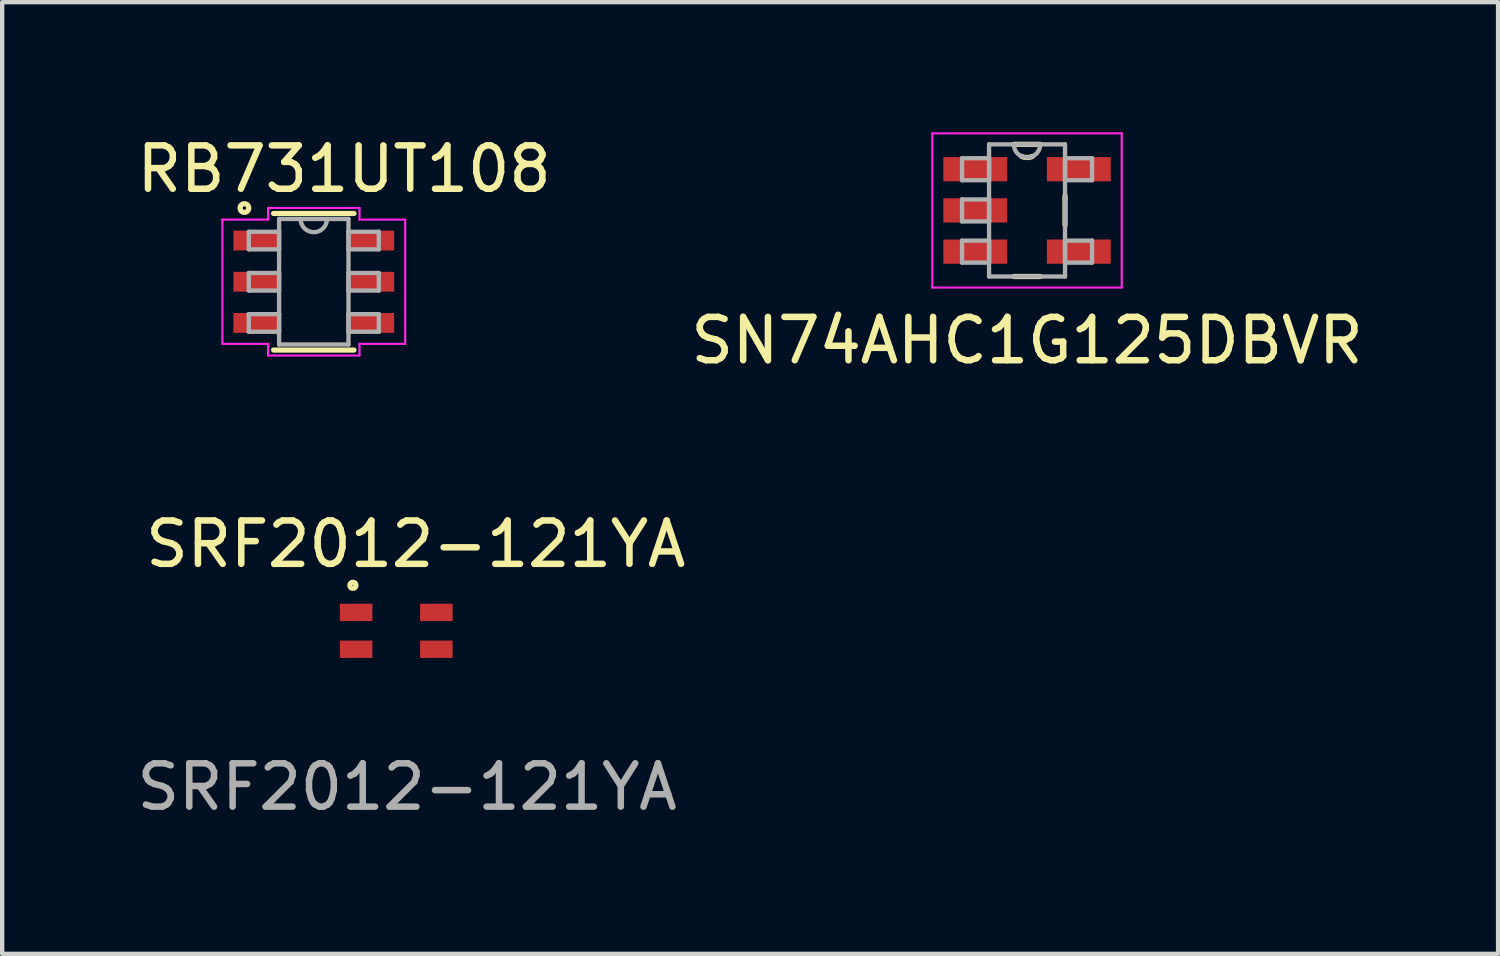
<source format=kicad_pcb>
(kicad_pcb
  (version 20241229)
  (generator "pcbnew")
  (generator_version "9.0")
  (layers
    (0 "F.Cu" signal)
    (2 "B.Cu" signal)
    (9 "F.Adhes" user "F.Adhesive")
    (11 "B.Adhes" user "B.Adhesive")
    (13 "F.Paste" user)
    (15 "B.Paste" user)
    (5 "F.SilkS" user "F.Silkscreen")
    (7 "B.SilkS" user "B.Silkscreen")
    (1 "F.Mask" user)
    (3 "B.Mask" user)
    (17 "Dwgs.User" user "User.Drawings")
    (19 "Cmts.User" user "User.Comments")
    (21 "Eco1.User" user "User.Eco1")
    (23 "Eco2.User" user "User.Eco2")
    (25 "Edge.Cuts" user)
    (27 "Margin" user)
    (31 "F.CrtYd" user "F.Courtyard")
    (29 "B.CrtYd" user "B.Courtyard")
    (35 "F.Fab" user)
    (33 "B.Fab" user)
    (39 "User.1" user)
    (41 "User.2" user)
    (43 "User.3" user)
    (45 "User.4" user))
  (footprint "RB731UT108"
    (layer "F.Cu")
    (at 4.187 3.448)
    (property "Reference" "RB731UT108" (at 0.7 -2.6 0) (layer "F.SilkS") (effects (font (size 1 1) (thickness 0.15))))
    (attr through_hole)
    (fp_line (start -0.927 1.575) (end 0.927 1.575) (stroke (width 0.12) (type solid)) (layer "F.SilkS"))
    (fp_line (start 0.927 -1.575) (end -0.927 -1.575) (stroke (width 0.12) (type solid)) (layer "F.SilkS"))
    (fp_circle (center -1.6 -1.7) (end -1.6 -1.8) (stroke (width 0.12) (type solid)) (fill no) (layer "F.SilkS"))
    (fp_line (start -2.108 -1.433) (end -1.054 -1.433) (stroke (width 0.05) (type solid)) (layer "F.CrtYd"))
    (fp_line (start -2.108 1.433) (end -2.108 -1.433) (stroke (width 0.05) (type solid)) (layer "F.CrtYd"))
    (fp_line (start -1.054 -1.702) (end 1.054 -1.702) (stroke (width 0.05) (type solid)) (layer "F.CrtYd"))
    (fp_line (start -1.054 -1.433) (end -1.054 -1.702) (stroke (width 0.05) (type solid)) (layer "F.CrtYd"))
    (fp_line (start -1.054 1.433) (end -2.108 1.433) (stroke (width 0.05) (type solid)) (layer "F.CrtYd"))
    (fp_line (start -1.054 1.702) (end -1.054 1.433) (stroke (width 0.05) (type solid)) (layer "F.CrtYd"))
    (fp_line (start 1.054 -1.702) (end 1.054 -1.433) (stroke (width 0.05) (type solid)) (layer "F.CrtYd"))
    (fp_line (start 1.054 -1.433) (end 2.108 -1.433) (stroke (width 0.05) (type solid)) (layer "F.CrtYd"))
    (fp_line (start 1.054 1.433) (end 1.054 1.702) (stroke (width 0.05) (type solid)) (layer "F.CrtYd"))
    (fp_line (start 1.054 1.702) (end -1.054 1.702) (stroke (width 0.05) (type solid)) (layer "F.CrtYd"))
    (fp_line (start 2.108 -1.433) (end 2.108 1.433) (stroke (width 0.05) (type solid)) (layer "F.CrtYd"))
    (fp_line (start 2.108 1.433) (end 1.054 1.433) (stroke (width 0.05) (type solid)) (layer "F.CrtYd"))
    (fp_line (start -1.499 -1.153) (end -1.499 -0.747) (stroke (width 0.1) (type solid)) (layer "F.Fab"))
    (fp_line (start -1.499 -0.747) (end -0.8 -0.747) (stroke (width 0.1) (type solid)) (layer "F.Fab"))
    (fp_line (start -1.499 -0.203) (end -1.499 0.203) (stroke (width 0.1) (type solid)) (layer "F.Fab"))
    (fp_line (start -1.499 0.203) (end -0.8 0.203) (stroke (width 0.1) (type solid)) (layer "F.Fab"))
    (fp_line (start -1.499 0.747) (end -1.499 1.153) (stroke (width 0.1) (type solid)) (layer "F.Fab"))
    (fp_line (start -1.499 1.153) (end -0.8 1.153) (stroke (width 0.1) (type solid)) (layer "F.Fab"))
    (fp_line (start -0.8 -1.448) (end -0.8 1.448) (stroke (width 0.1) (type solid)) (layer "F.Fab"))
    (fp_line (start -0.8 -1.153) (end -1.499 -1.153) (stroke (width 0.1) (type solid)) (layer "F.Fab"))
    (fp_line (start -0.8 -0.747) (end -0.8 -1.153) (stroke (width 0.1) (type solid)) (layer "F.Fab"))
    (fp_line (start -0.8 -0.203) (end -1.499 -0.203) (stroke (width 0.1) (type solid)) (layer "F.Fab"))
    (fp_line (start -0.8 0.203) (end -0.8 -0.203) (stroke (width 0.1) (type solid)) (layer "F.Fab"))
    (fp_line (start -0.8 0.747) (end -1.499 0.747) (stroke (width 0.1) (type solid)) (layer "F.Fab"))
    (fp_line (start -0.8 1.153) (end -0.8 0.747) (stroke (width 0.1) (type solid)) (layer "F.Fab"))
    (fp_line (start -0.8 1.448) (end 0.8 1.448) (stroke (width 0.1) (type solid)) (layer "F.Fab"))
    (fp_line (start 0.8 -1.448) (end -0.8 -1.448) (stroke (width 0.1) (type solid)) (layer "F.Fab"))
    (fp_line (start 0.8 -1.153) (end 0.8 -0.747) (stroke (width 0.1) (type solid)) (layer "F.Fab"))
    (fp_line (start 0.8 -0.747) (end 1.499 -0.747) (stroke (width 0.1) (type solid)) (layer "F.Fab"))
    (fp_line (start 0.8 -0.203) (end 0.8 0.203) (stroke (width 0.1) (type solid)) (layer "F.Fab"))
    (fp_line (start 0.8 0.203) (end 1.499 0.203) (stroke (width 0.1) (type solid)) (layer "F.Fab"))
    (fp_line (start 0.8 0.747) (end 0.8 1.153) (stroke (width 0.1) (type solid)) (layer "F.Fab"))
    (fp_line (start 0.8 1.153) (end 1.499 1.153) (stroke (width 0.1) (type solid)) (layer "F.Fab"))
    (fp_line (start 0.8 1.448) (end 0.8 -1.448) (stroke (width 0.1) (type solid)) (layer "F.Fab"))
    (fp_line (start 1.499 -1.153) (end 0.8 -1.153) (stroke (width 0.1) (type solid)) (layer "F.Fab"))
    (fp_line (start 1.499 -0.747) (end 1.499 -1.153) (stroke (width 0.1) (type solid)) (layer "F.Fab"))
    (fp_line (start 1.499 -0.203) (end 0.8 -0.203) (stroke (width 0.1) (type solid)) (layer "F.Fab"))
    (fp_line (start 1.499 0.203) (end 1.499 -0.203) (stroke (width 0.1) (type solid)) (layer "F.Fab"))
    (fp_line (start 1.499 0.747) (end 0.8 0.747) (stroke (width 0.1) (type solid)) (layer "F.Fab"))
    (fp_line (start 1.499 1.153) (end 1.499 0.747) (stroke (width 0.1) (type solid)) (layer "F.Fab"))
    (fp_arc (start 0.3048 -1.4478) (mid 0 -1.143) (end -0.3048 -1.4478) (stroke (width 0.1) (type solid)) (layer "F.Fab"))
    (pad "1" smd rect (at -1.327 -0.95) (size 1.054 0.457) (layers "F.Cu" "F.Mask" "F.Paste"))
    (pad "2" smd rect (at -1.327 0) (size 1.054 0.457) (layers "F.Cu" "F.Mask" "F.Paste"))
    (pad "3" smd rect (at -1.327 0.95) (size 1.054 0.457) (layers "F.Cu" "F.Mask" "F.Paste"))
    (pad "4" smd rect (at 1.327 0.95) (size 1.054 0.457) (layers "F.Cu" "F.Mask" "F.Paste"))
    (pad "5" smd rect (at 1.327 0) (size 1.054 0.457) (layers "F.Cu" "F.Mask" "F.Paste"))
    (pad "6" smd rect (at 1.327 -0.95) (size 1.054 0.457) (layers "F.Cu" "F.Mask" "F.Paste")))
  (footprint "SRF2012-121YA"
    (layer "F.Cu")
    (at 6.089 11.499)
    (property "Reference" "SRF2012-121YA" (at 0.45 -2 0) (unlocked yes) (layer "F.SilkS") (effects (font (size 1 1) (thickness 0.15))))
    (attr smd)
    (fp_circle (center -1 -1.05) (end -0.95 -1) (stroke (width 0.12) (type solid)) (fill no) (layer "F.SilkS"))
    (fp_text user "${REFERENCE}" (at 0.25 3.6 0) (unlocked yes) (layer "F.Fab") (effects (font (size 1 1) (thickness 0.15))))
    (pad "1" smd rect (at -0.925 -0.425) (size 0.75 0.4) (layers "F.Cu" "F.Mask" "F.Paste"))
    (pad "2" smd rect (at 0.925 -0.425) (size 0.75 0.4) (layers "F.Cu" "F.Mask" "F.Paste"))
    (pad "3" smd rect (at 0.925 0.425) (size 0.75 0.4) (layers "F.Cu" "F.Mask" "F.Paste"))
    (pad "4" smd rect (at -0.925 0.425) (size 0.75 0.4) (layers "F.Cu" "F.Mask" "F.Paste"))
    (zone (net_name "") (layer "F.SilkS") (hatch none 0.508) (connect_pads) (min_thickness 0.254) (filled_areas_thickness no) (keepout (tracks allowed) (vias allowed) (pads allowed) (copperpour allowed) (footprints not_allowed)) (placement (enabled no)) (fill) (polygon (pts (xy 7.489 12.249) (xy 4.689 12.249) (xy 4.689 10.749) (xy 7.489 10.749)))))
  (footprint "SN74AHC1G125DBVR"
    (layer "F.Cu")
    (at 20.637 1.803)
    (property "Reference" "SN74AHC1G125DBVR" (at 0 3 0) (layer "F.SilkS") (effects (font (size 1 1) (thickness 0.15))))
    (attr through_hole)
    (fp_line (start -0.303 1.524) (end 0.303 1.524) (stroke (width 0.12) (type solid)) (layer "F.SilkS"))
    (fp_line (start 0.303 -1.524) (end -0.303 -1.524) (stroke (width 0.12) (type solid)) (layer "F.SilkS"))
    (fp_line (start 0.876 0.338) (end 0.876 -0.338) (stroke (width 0.12) (type solid)) (layer "F.SilkS"))
    (fp_arc (start 0.124872 -1.245953) (mid 0 -1.2192) (end -0.124872 -1.245953) (stroke (width 0.12) (type solid)) (layer "F.SilkS"))
    (fp_line (start -2.184 -1.778) (end 2.184 -1.778) (stroke (width 0.05) (type solid)) (layer "F.CrtYd"))
    (fp_line (start -2.184 1.778) (end -2.184 -1.778) (stroke (width 0.05) (type solid)) (layer "F.CrtYd"))
    (fp_line (start 2.184 -1.778) (end 2.184 1.778) (stroke (width 0.05) (type solid)) (layer "F.CrtYd"))
    (fp_line (start 2.184 1.778) (end -2.184 1.778) (stroke (width 0.05) (type solid)) (layer "F.CrtYd"))
    (fp_line (start -1.499 -1.204) (end -1.499 -0.696) (stroke (width 0.1) (type solid)) (layer "F.Fab"))
    (fp_line (start -1.499 -0.696) (end -0.876 -0.696) (stroke (width 0.1) (type solid)) (layer "F.Fab"))
    (fp_line (start -1.499 -0.254) (end -1.499 0.254) (stroke (width 0.1) (type solid)) (layer "F.Fab"))
    (fp_line (start -1.499 0.254) (end -0.876 0.254) (stroke (width 0.1) (type solid)) (layer "F.Fab"))
    (fp_line (start -1.499 0.696) (end -1.499 1.204) (stroke (width 0.1) (type solid)) (layer "F.Fab"))
    (fp_line (start -1.499 1.204) (end -0.876 1.204) (stroke (width 0.1) (type solid)) (layer "F.Fab"))
    (fp_line (start -0.876 -1.524) (end -0.876 1.524) (stroke (width 0.1) (type solid)) (layer "F.Fab"))
    (fp_line (start -0.876 -1.204) (end -1.499 -1.204) (stroke (width 0.1) (type solid)) (layer "F.Fab"))
    (fp_line (start -0.876 -0.696) (end -0.876 -1.204) (stroke (width 0.1) (type solid)) (layer "F.Fab"))
    (fp_line (start -0.876 -0.254) (end -1.499 -0.254) (stroke (width 0.1) (type solid)) (layer "F.Fab"))
    (fp_line (start -0.876 0.254) (end -0.876 -0.254) (stroke (width 0.1) (type solid)) (layer "F.Fab"))
    (fp_line (start -0.876 0.696) (end -1.499 0.696) (stroke (width 0.1) (type solid)) (layer "F.Fab"))
    (fp_line (start -0.876 1.204) (end -0.876 0.696) (stroke (width 0.1) (type solid)) (layer "F.Fab"))
    (fp_line (start -0.876 1.524) (end 0.876 1.524) (stroke (width 0.1) (type solid)) (layer "F.Fab"))
    (fp_line (start 0.876 -1.524) (end -0.876 -1.524) (stroke (width 0.1) (type solid)) (layer "F.Fab"))
    (fp_line (start 0.876 -1.204) (end 0.876 -0.696) (stroke (width 0.1) (type solid)) (layer "F.Fab"))
    (fp_line (start 0.876 -0.696) (end 1.499 -0.696) (stroke (width 0.1) (type solid)) (layer "F.Fab"))
    (fp_line (start 0.876 0.696) (end 0.876 1.204) (stroke (width 0.1) (type solid)) (layer "F.Fab"))
    (fp_line (start 0.876 1.204) (end 1.499 1.204) (stroke (width 0.1) (type solid)) (layer "F.Fab"))
    (fp_line (start 0.876 1.524) (end 0.876 -1.524) (stroke (width 0.1) (type solid)) (layer "F.Fab"))
    (fp_line (start 1.499 -1.204) (end 0.876 -1.204) (stroke (width 0.1) (type solid)) (layer "F.Fab"))
    (fp_line (start 1.499 -0.696) (end 1.499 -1.204) (stroke (width 0.1) (type solid)) (layer "F.Fab"))
    (fp_line (start 1.499 0.696) (end 0.876 0.696) (stroke (width 0.1) (type solid)) (layer "F.Fab"))
    (fp_line (start 1.499 1.204) (end 1.499 0.696) (stroke (width 0.1) (type solid)) (layer "F.Fab"))
    (fp_arc (start 0.3048 -1.524) (mid 0 -1.2192) (end -0.3048 -1.524) (stroke (width 0.1) (type solid)) (layer "F.Fab"))
    (pad "1" smd rect (at -1.194 -0.95) (size 1.473 0.559) (layers "F.Cu" "F.Mask" "F.Paste"))
    (pad "2" smd rect (at -1.194 0) (size 1.473 0.559) (layers "F.Cu" "F.Mask" "F.Paste"))
    (pad "3" smd rect (at -1.194 0.95) (size 1.473 0.559) (layers "F.Cu" "F.Mask" "F.Paste"))
    (pad "4" smd rect (at 1.194 0.95) (size 1.473 0.559) (layers "F.Cu" "F.Mask" "F.Paste"))
    (pad "5" smd rect (at 1.194 -0.95) (size 1.473 0.559) (layers "F.Cu" "F.Mask" "F.Paste")))
  (gr_rect
    (start -3 -3)
    (end 31.5 18.948)
    (stroke (width 0.1) (type default))
    (fill no)
    (layer "Edge.Cuts")))
</source>
